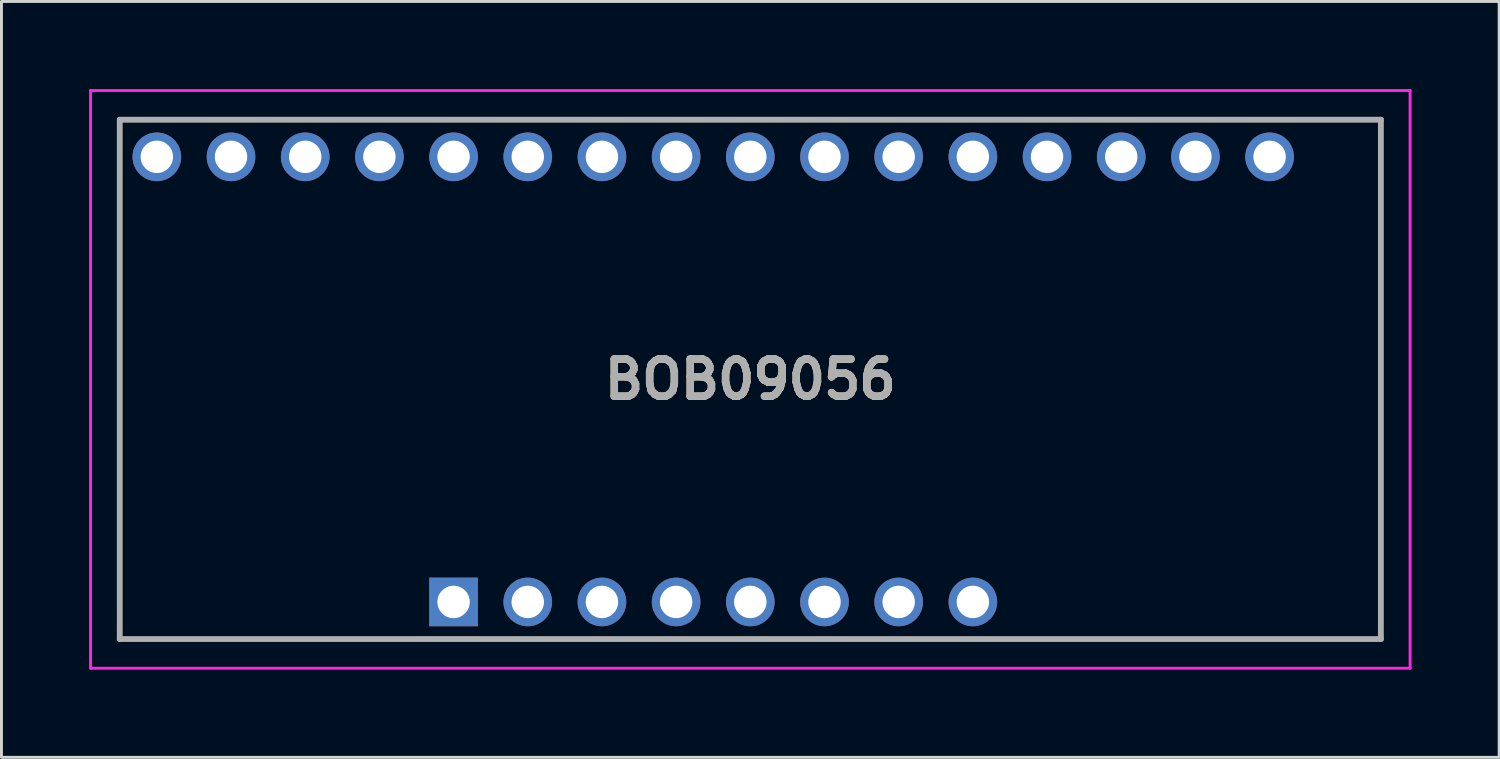
<source format=kicad_pcb>
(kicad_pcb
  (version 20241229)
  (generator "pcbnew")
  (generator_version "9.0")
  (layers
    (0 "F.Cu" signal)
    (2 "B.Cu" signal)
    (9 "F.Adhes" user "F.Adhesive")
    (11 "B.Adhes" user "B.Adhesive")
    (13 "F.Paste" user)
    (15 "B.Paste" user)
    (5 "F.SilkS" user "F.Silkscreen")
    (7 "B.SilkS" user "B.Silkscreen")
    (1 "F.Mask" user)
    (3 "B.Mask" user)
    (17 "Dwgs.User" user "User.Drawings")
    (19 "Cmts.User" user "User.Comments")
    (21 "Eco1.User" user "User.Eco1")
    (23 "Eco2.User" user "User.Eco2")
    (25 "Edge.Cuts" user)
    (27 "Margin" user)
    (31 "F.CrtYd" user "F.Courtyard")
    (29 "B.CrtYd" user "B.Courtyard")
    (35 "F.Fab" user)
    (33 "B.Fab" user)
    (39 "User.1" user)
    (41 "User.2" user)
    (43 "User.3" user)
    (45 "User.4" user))
  (footprint "BOB09056"
    (layer "F.Cu")
    (at 12.48 17.56)
    (property "Reference" "BOB09056" (at 10.16 -7.62 0) (layer "F.SilkS") (effects (font (size 1.27 1.27) (thickness 0.254))))
    (attr through_hole)
    (fp_line (start -11.43 -16.51) (end 31.75 -16.51) (stroke (width 0.1) (type solid)) (layer "F.SilkS"))
    (fp_line (start -11.43 1.27) (end -11.43 -16.51) (stroke (width 0.1) (type solid)) (layer "F.SilkS"))
    (fp_line (start 31.75 -16.51) (end 31.75 1.27) (stroke (width 0.1) (type solid)) (layer "F.SilkS"))
    (fp_line (start 31.75 1.27) (end -11.43 1.27) (stroke (width 0.1) (type solid)) (layer "F.SilkS"))
    (fp_line (start -12.43 -17.51) (end 32.75 -17.51) (stroke (width 0.1) (type solid)) (layer "F.CrtYd"))
    (fp_line (start -12.43 2.27) (end -12.43 -17.51) (stroke (width 0.1) (type solid)) (layer "F.CrtYd"))
    (fp_line (start 32.75 -17.51) (end 32.75 2.27) (stroke (width 0.1) (type solid)) (layer "F.CrtYd"))
    (fp_line (start 32.75 2.27) (end -12.43 2.27) (stroke (width 0.1) (type solid)) (layer "F.CrtYd"))
    (fp_line (start -11.43 -16.51) (end 31.75 -16.51) (stroke (width 0.2) (type solid)) (layer "F.Fab"))
    (fp_line (start -11.43 1.27) (end -11.43 -16.51) (stroke (width 0.2) (type solid)) (layer "F.Fab"))
    (fp_line (start 31.75 -16.51) (end 31.75 1.27) (stroke (width 0.2) (type solid)) (layer "F.Fab"))
    (fp_line (start 31.75 1.27) (end -11.43 1.27) (stroke (width 0.2) (type solid)) (layer "F.Fab"))
    (fp_text user "${REFERENCE}" (at 10.16 -7.62 0) (layer "F.Fab") (effects (font (size 1.27 1.27) (thickness 0.254))))
    (pad "1" thru_hole rect (at 0 0) (size 1.665 1.665) (drill 1.11) (layers "*.Cu" "*.Mask"))
    (pad "2" thru_hole circle (at 2.54 0) (size 1.665 1.665) (drill 1.11) (layers "*.Cu" "*.Mask"))
    (pad "3" thru_hole circle (at 5.08 0) (size 1.665 1.665) (drill 1.11) (layers "*.Cu" "*.Mask"))
    (pad "4" thru_hole circle (at 7.62 0) (size 1.665 1.665) (drill 1.11) (layers "*.Cu" "*.Mask"))
    (pad "5" thru_hole circle (at 10.16 0) (size 1.665 1.665) (drill 1.11) (layers "*.Cu" "*.Mask"))
    (pad "6" thru_hole circle (at 12.7 0) (size 1.665 1.665) (drill 1.11) (layers "*.Cu" "*.Mask"))
    (pad "7" thru_hole circle (at 15.24 0) (size 1.665 1.665) (drill 1.11) (layers "*.Cu" "*.Mask"))
    (pad "8" thru_hole circle (at 17.78 0) (size 1.665 1.665) (drill 1.11) (layers "*.Cu" "*.Mask"))
    (pad "9" thru_hole circle (at -10.16 -15.24) (size 1.665 1.665) (drill 1.11) (layers "*.Cu" "*.Mask"))
    (pad "10" thru_hole circle (at -7.62 -15.24) (size 1.665 1.665) (drill 1.11) (layers "*.Cu" "*.Mask"))
    (pad "11" thru_hole circle (at -5.08 -15.24) (size 1.665 1.665) (drill 1.11) (layers "*.Cu" "*.Mask"))
    (pad "12" thru_hole circle (at -2.54 -15.24) (size 1.665 1.665) (drill 1.11) (layers "*.Cu" "*.Mask"))
    (pad "13" thru_hole circle (at 0 -15.24) (size 1.665 1.665) (drill 1.11) (layers "*.Cu" "*.Mask"))
    (pad "14" thru_hole circle (at 2.54 -15.24) (size 1.665 1.665) (drill 1.11) (layers "*.Cu" "*.Mask"))
    (pad "15" thru_hole circle (at 5.08 -15.24) (size 1.665 1.665) (drill 1.11) (layers "*.Cu" "*.Mask"))
    (pad "16" thru_hole circle (at 7.62 -15.24) (size 1.665 1.665) (drill 1.11) (layers "*.Cu" "*.Mask"))
    (pad "17" thru_hole circle (at 10.16 -15.24) (size 1.665 1.665) (drill 1.11) (layers "*.Cu" "*.Mask"))
    (pad "18" thru_hole circle (at 12.7 -15.24) (size 1.665 1.665) (drill 1.11) (layers "*.Cu" "*.Mask"))
    (pad "19" thru_hole circle (at 15.24 -15.24) (size 1.665 1.665) (drill 1.11) (layers "*.Cu" "*.Mask"))
    (pad "20" thru_hole circle (at 17.78 -15.24) (size 1.665 1.665) (drill 1.11) (layers "*.Cu" "*.Mask"))
    (pad "21" thru_hole circle (at 20.32 -15.24) (size 1.665 1.665) (drill 1.11) (layers "*.Cu" "*.Mask"))
    (pad "22" thru_hole circle (at 22.86 -15.24) (size 1.665 1.665) (drill 1.11) (layers "*.Cu" "*.Mask"))
    (pad "23" thru_hole circle (at 25.4 -15.24) (size 1.665 1.665) (drill 1.11) (layers "*.Cu" "*.Mask"))
    (pad "24" thru_hole circle (at 27.94 -15.24) (size 1.665 1.665) (drill 1.11) (layers "*.Cu" "*.Mask")))
  (gr_rect
    (start -3 -3)
    (end 48.28 22.88)
    (stroke (width 0.1) (type default))
    (fill no)
    (layer "Edge.Cuts")))
</source>
